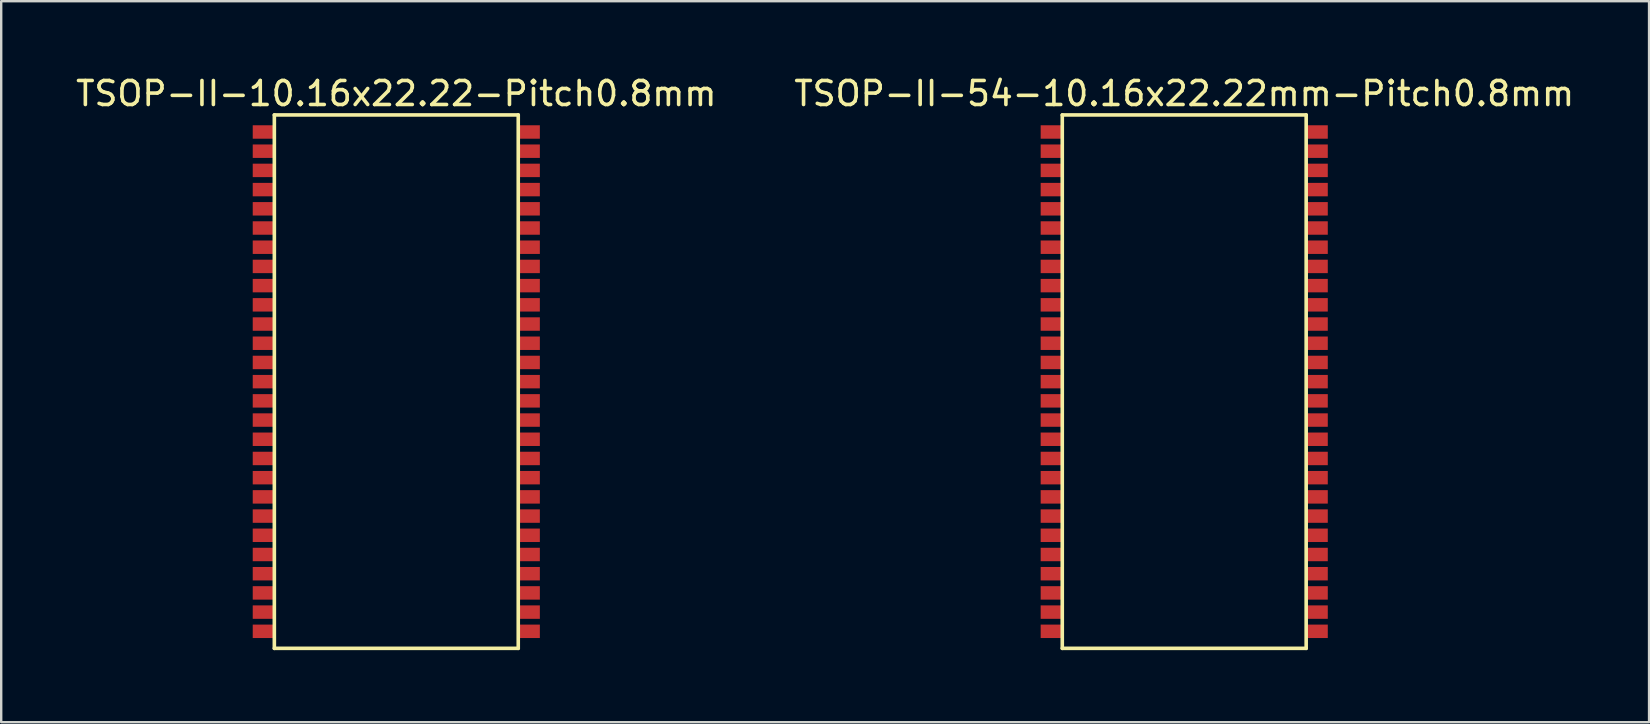
<source format=kicad_pcb>
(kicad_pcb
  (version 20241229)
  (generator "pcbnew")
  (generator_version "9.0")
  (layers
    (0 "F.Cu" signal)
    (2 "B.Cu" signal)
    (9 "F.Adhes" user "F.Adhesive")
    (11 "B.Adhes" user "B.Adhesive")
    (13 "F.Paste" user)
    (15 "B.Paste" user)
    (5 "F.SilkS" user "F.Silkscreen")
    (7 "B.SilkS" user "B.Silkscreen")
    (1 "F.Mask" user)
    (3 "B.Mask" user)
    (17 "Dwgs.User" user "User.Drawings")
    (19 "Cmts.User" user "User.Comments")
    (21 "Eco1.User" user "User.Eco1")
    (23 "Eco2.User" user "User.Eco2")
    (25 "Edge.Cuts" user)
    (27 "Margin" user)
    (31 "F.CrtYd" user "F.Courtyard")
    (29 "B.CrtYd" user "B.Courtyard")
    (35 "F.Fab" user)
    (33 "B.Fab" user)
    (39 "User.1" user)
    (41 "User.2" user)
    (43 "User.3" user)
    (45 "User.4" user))
  (footprint "TSOP-II-10.16x22.22-Pitch0.8mm"
    (layer "F.Cu")
    (at 13.458 12.848)
    (property "Reference" "TSOP-II-10.16x22.22-Pitch0.8mm" (at 0 -12 0) (layer "F.SilkS") (effects (font (size 1 1) (thickness 0.15))))
    (attr through_hole)
    (fp_line (start -5.08 -11.11) (end -5.08 11.11) (stroke (width 0.15) (type solid)) (layer "F.SilkS"))
    (fp_line (start -5.08 -11.11) (end 5.08 -11.11) (stroke (width 0.15) (type solid)) (layer "F.SilkS"))
    (fp_line (start 5.08 -11.11) (end 5.08 11.11) (stroke (width 0.15) (type solid)) (layer "F.SilkS"))
    (fp_line (start 5.08 11.11) (end -5.08 11.11) (stroke (width 0.15) (type solid)) (layer "F.SilkS"))
    (pad "1" smd rect (at -5.53 -10.4) (size 0.9 0.56) (layers "F.Cu" "F.Mask" "F.Paste"))
    (pad "2" smd rect (at -5.53 -9.6) (size 0.9 0.56) (layers "F.Cu" "F.Mask" "F.Paste"))
    (pad "3" smd rect (at -5.53 -8.8) (size 0.9 0.56) (layers "F.Cu" "F.Mask" "F.Paste"))
    (pad "4" smd rect (at -5.53 -8) (size 0.9 0.56) (layers "F.Cu" "F.Mask" "F.Paste"))
    (pad "5" smd rect (at -5.53 -7.2) (size 0.9 0.56) (layers "F.Cu" "F.Mask" "F.Paste"))
    (pad "6" smd rect (at -5.53 -6.4) (size 0.9 0.56) (layers "F.Cu" "F.Mask" "F.Paste"))
    (pad "7" smd rect (at -5.53 -5.6) (size 0.9 0.56) (layers "F.Cu" "F.Mask" "F.Paste"))
    (pad "8" smd rect (at -5.53 -4.8) (size 0.9 0.56) (layers "F.Cu" "F.Mask" "F.Paste"))
    (pad "9" smd rect (at -5.53 -4) (size 0.9 0.56) (layers "F.Cu" "F.Mask" "F.Paste"))
    (pad "10" smd rect (at -5.53 -3.2) (size 0.9 0.56) (layers "F.Cu" "F.Mask" "F.Paste"))
    (pad "11" smd rect (at -5.53 -2.4) (size 0.9 0.56) (layers "F.Cu" "F.Mask" "F.Paste"))
    (pad "12" smd rect (at -5.53 -1.6) (size 0.9 0.56) (layers "F.Cu" "F.Mask" "F.Paste"))
    (pad "13" smd rect (at -5.53 -0.8) (size 0.9 0.56) (layers "F.Cu" "F.Mask" "F.Paste"))
    (pad "14" smd rect (at -5.53 0) (size 0.9 0.56) (layers "F.Cu" "F.Mask" "F.Paste"))
    (pad "15" smd rect (at -5.53 0.8) (size 0.9 0.56) (layers "F.Cu" "F.Mask" "F.Paste"))
    (pad "16" smd rect (at -5.53 1.6) (size 0.9 0.56) (layers "F.Cu" "F.Mask" "F.Paste"))
    (pad "17" smd rect (at -5.53 2.4) (size 0.9 0.56) (layers "F.Cu" "F.Mask" "F.Paste"))
    (pad "18" smd rect (at -5.53 3.2) (size 0.9 0.56) (layers "F.Cu" "F.Mask" "F.Paste"))
    (pad "19" smd rect (at -5.53 4) (size 0.9 0.56) (layers "F.Cu" "F.Mask" "F.Paste"))
    (pad "20" smd rect (at -5.53 4.8) (size 0.9 0.56) (layers "F.Cu" "F.Mask" "F.Paste"))
    (pad "21" smd rect (at -5.53 5.6) (size 0.9 0.56) (layers "F.Cu" "F.Mask" "F.Paste"))
    (pad "22" smd rect (at -5.53 6.4) (size 0.9 0.56) (layers "F.Cu" "F.Mask" "F.Paste"))
    (pad "23" smd rect (at -5.53 7.2) (size 0.9 0.56) (layers "F.Cu" "F.Mask" "F.Paste"))
    (pad "24" smd rect (at -5.53 8) (size 0.9 0.56) (layers "F.Cu" "F.Mask" "F.Paste"))
    (pad "25" smd rect (at -5.53 8.8) (size 0.9 0.56) (layers "F.Cu" "F.Mask" "F.Paste"))
    (pad "26" smd rect (at -5.53 9.6) (size 0.9 0.56) (layers "F.Cu" "F.Mask" "F.Paste"))
    (pad "27" smd rect (at -5.53 10.4) (size 0.9 0.56) (layers "F.Cu" "F.Mask" "F.Paste"))
    (pad "28" smd rect (at 5.53 10.4) (size 0.9 0.56) (layers "F.Cu" "F.Mask" "F.Paste"))
    (pad "29" smd rect (at 5.53 9.6) (size 0.9 0.56) (layers "F.Cu" "F.Mask" "F.Paste"))
    (pad "30" smd rect (at 5.53 8.8) (size 0.9 0.56) (layers "F.Cu" "F.Mask" "F.Paste"))
    (pad "31" smd rect (at 5.53 8) (size 0.9 0.56) (layers "F.Cu" "F.Mask" "F.Paste"))
    (pad "32" smd rect (at 5.53 7.2) (size 0.9 0.56) (layers "F.Cu" "F.Mask" "F.Paste"))
    (pad "33" smd rect (at 5.53 6.4) (size 0.9 0.56) (layers "F.Cu" "F.Mask" "F.Paste"))
    (pad "34" smd rect (at 5.53 5.6) (size 0.9 0.56) (layers "F.Cu" "F.Mask" "F.Paste"))
    (pad "35" smd rect (at 5.53 4.8) (size 0.9 0.56) (layers "F.Cu" "F.Mask" "F.Paste"))
    (pad "36" smd rect (at 5.53 4) (size 0.9 0.56) (layers "F.Cu" "F.Mask" "F.Paste"))
    (pad "37" smd rect (at 5.53 3.2) (size 0.9 0.56) (layers "F.Cu" "F.Mask" "F.Paste"))
    (pad "38" smd rect (at 5.53 2.4) (size 0.9 0.56) (layers "F.Cu" "F.Mask" "F.Paste"))
    (pad "39" smd rect (at 5.53 1.6) (size 0.9 0.56) (layers "F.Cu" "F.Mask" "F.Paste"))
    (pad "40" smd rect (at 5.53 0.8) (size 0.9 0.56) (layers "F.Cu" "F.Mask" "F.Paste"))
    (pad "41" smd rect (at 5.53 0) (size 0.9 0.56) (layers "F.Cu" "F.Mask" "F.Paste"))
    (pad "42" smd rect (at 5.53 -0.8) (size 0.9 0.56) (layers "F.Cu" "F.Mask" "F.Paste"))
    (pad "43" smd rect (at 5.53 -1.6) (size 0.9 0.56) (layers "F.Cu" "F.Mask" "F.Paste"))
    (pad "44" smd rect (at 5.53 -2.4) (size 0.9 0.56) (layers "F.Cu" "F.Mask" "F.Paste"))
    (pad "45" smd rect (at 5.53 -3.2) (size 0.9 0.56) (layers "F.Cu" "F.Mask" "F.Paste"))
    (pad "46" smd rect (at 5.53 -4) (size 0.9 0.56) (layers "F.Cu" "F.Mask" "F.Paste"))
    (pad "47" smd rect (at 5.53 -4.8) (size 0.9 0.56) (layers "F.Cu" "F.Mask" "F.Paste"))
    (pad "48" smd rect (at 5.53 -5.6) (size 0.9 0.56) (layers "F.Cu" "F.Mask" "F.Paste"))
    (pad "49" smd rect (at 5.53 -6.4) (size 0.9 0.56) (layers "F.Cu" "F.Mask" "F.Paste"))
    (pad "50" smd rect (at 5.53 -7.2) (size 0.9 0.56) (layers "F.Cu" "F.Mask" "F.Paste"))
    (pad "51" smd rect (at 5.53 -8) (size 0.9 0.56) (layers "F.Cu" "F.Mask" "F.Paste"))
    (pad "52" smd rect (at 5.53 -8.8) (size 0.9 0.56) (layers "F.Cu" "F.Mask" "F.Paste"))
    (pad "53" smd rect (at 5.53 -9.6) (size 0.9 0.56) (layers "F.Cu" "F.Mask" "F.Paste"))
    (pad "54" smd rect (at 5.53 -10.4) (size 0.9 0.56) (layers "F.Cu" "F.Mask" "F.Paste")))
  (footprint "TSOP-II-54-10.16x22.22mm-Pitch0.8mm"
    (layer "F.Cu")
    (at 46.28 12.848)
    (property "Reference" "TSOP-II-54-10.16x22.22mm-Pitch0.8mm" (at 0 -12 0) (layer "F.SilkS") (effects (font (size 1 1) (thickness 0.15))))
    (attr through_hole)
    (fp_line (start -5.08 -11.11) (end -5.08 11.11) (stroke (width 0.15) (type solid)) (layer "F.SilkS"))
    (fp_line (start -5.08 -11.11) (end 5.08 -11.11) (stroke (width 0.15) (type solid)) (layer "F.SilkS"))
    (fp_line (start 5.08 -11.11) (end 5.08 11.11) (stroke (width 0.15) (type solid)) (layer "F.SilkS"))
    (fp_line (start 5.08 11.11) (end -5.08 11.11) (stroke (width 0.15) (type solid)) (layer "F.SilkS"))
    (pad "1" smd rect (at -5.53 -10.4) (size 0.9 0.56) (layers "F.Cu" "F.Mask" "F.Paste"))
    (pad "2" smd rect (at -5.53 -9.6) (size 0.9 0.56) (layers "F.Cu" "F.Mask" "F.Paste"))
    (pad "3" smd rect (at -5.53 -8.8) (size 0.9 0.56) (layers "F.Cu" "F.Mask" "F.Paste"))
    (pad "4" smd rect (at -5.53 -8) (size 0.9 0.56) (layers "F.Cu" "F.Mask" "F.Paste"))
    (pad "5" smd rect (at -5.53 -7.2) (size 0.9 0.56) (layers "F.Cu" "F.Mask" "F.Paste"))
    (pad "6" smd rect (at -5.53 -6.4) (size 0.9 0.56) (layers "F.Cu" "F.Mask" "F.Paste"))
    (pad "7" smd rect (at -5.53 -5.6) (size 0.9 0.56) (layers "F.Cu" "F.Mask" "F.Paste"))
    (pad "8" smd rect (at -5.53 -4.8) (size 0.9 0.56) (layers "F.Cu" "F.Mask" "F.Paste"))
    (pad "9" smd rect (at -5.53 -4) (size 0.9 0.56) (layers "F.Cu" "F.Mask" "F.Paste"))
    (pad "10" smd rect (at -5.53 -3.2) (size 0.9 0.56) (layers "F.Cu" "F.Mask" "F.Paste"))
    (pad "11" smd rect (at -5.53 -2.4) (size 0.9 0.56) (layers "F.Cu" "F.Mask" "F.Paste"))
    (pad "12" smd rect (at -5.53 -1.6) (size 0.9 0.56) (layers "F.Cu" "F.Mask" "F.Paste"))
    (pad "13" smd rect (at -5.53 -0.8) (size 0.9 0.56) (layers "F.Cu" "F.Mask" "F.Paste"))
    (pad "14" smd rect (at -5.53 0) (size 0.9 0.56) (layers "F.Cu" "F.Mask" "F.Paste"))
    (pad "15" smd rect (at -5.53 0.8) (size 0.9 0.56) (layers "F.Cu" "F.Mask" "F.Paste"))
    (pad "16" smd rect (at -5.53 1.6) (size 0.9 0.56) (layers "F.Cu" "F.Mask" "F.Paste"))
    (pad "17" smd rect (at -5.53 2.4) (size 0.9 0.56) (layers "F.Cu" "F.Mask" "F.Paste"))
    (pad "18" smd rect (at -5.53 3.2) (size 0.9 0.56) (layers "F.Cu" "F.Mask" "F.Paste"))
    (pad "19" smd rect (at -5.53 4) (size 0.9 0.56) (layers "F.Cu" "F.Mask" "F.Paste"))
    (pad "20" smd rect (at -5.53 4.8) (size 0.9 0.56) (layers "F.Cu" "F.Mask" "F.Paste"))
    (pad "21" smd rect (at -5.53 5.6) (size 0.9 0.56) (layers "F.Cu" "F.Mask" "F.Paste"))
    (pad "22" smd rect (at -5.53 6.4) (size 0.9 0.56) (layers "F.Cu" "F.Mask" "F.Paste"))
    (pad "23" smd rect (at -5.53 7.2) (size 0.9 0.56) (layers "F.Cu" "F.Mask" "F.Paste"))
    (pad "24" smd rect (at -5.53 8) (size 0.9 0.56) (layers "F.Cu" "F.Mask" "F.Paste"))
    (pad "25" smd rect (at -5.53 8.8) (size 0.9 0.56) (layers "F.Cu" "F.Mask" "F.Paste"))
    (pad "26" smd rect (at -5.53 9.6) (size 0.9 0.56) (layers "F.Cu" "F.Mask" "F.Paste"))
    (pad "27" smd rect (at -5.53 10.4) (size 0.9 0.56) (layers "F.Cu" "F.Mask" "F.Paste"))
    (pad "28" smd rect (at 5.53 10.4) (size 0.9 0.56) (layers "F.Cu" "F.Mask" "F.Paste"))
    (pad "29" smd rect (at 5.53 9.6) (size 0.9 0.56) (layers "F.Cu" "F.Mask" "F.Paste"))
    (pad "30" smd rect (at 5.53 8.8) (size 0.9 0.56) (layers "F.Cu" "F.Mask" "F.Paste"))
    (pad "31" smd rect (at 5.53 8) (size 0.9 0.56) (layers "F.Cu" "F.Mask" "F.Paste"))
    (pad "32" smd rect (at 5.53 7.2) (size 0.9 0.56) (layers "F.Cu" "F.Mask" "F.Paste"))
    (pad "33" smd rect (at 5.53 6.4) (size 0.9 0.56) (layers "F.Cu" "F.Mask" "F.Paste"))
    (pad "34" smd rect (at 5.53 5.6) (size 0.9 0.56) (layers "F.Cu" "F.Mask" "F.Paste"))
    (pad "35" smd rect (at 5.53 4.8) (size 0.9 0.56) (layers "F.Cu" "F.Mask" "F.Paste"))
    (pad "36" smd rect (at 5.53 4) (size 0.9 0.56) (layers "F.Cu" "F.Mask" "F.Paste"))
    (pad "37" smd rect (at 5.53 3.2) (size 0.9 0.56) (layers "F.Cu" "F.Mask" "F.Paste"))
    (pad "38" smd rect (at 5.53 2.4) (size 0.9 0.56) (layers "F.Cu" "F.Mask" "F.Paste"))
    (pad "39" smd rect (at 5.53 1.6) (size 0.9 0.56) (layers "F.Cu" "F.Mask" "F.Paste"))
    (pad "40" smd rect (at 5.53 0.8) (size 0.9 0.56) (layers "F.Cu" "F.Mask" "F.Paste"))
    (pad "41" smd rect (at 5.53 0) (size 0.9 0.56) (layers "F.Cu" "F.Mask" "F.Paste"))
    (pad "42" smd rect (at 5.53 -0.8) (size 0.9 0.56) (layers "F.Cu" "F.Mask" "F.Paste"))
    (pad "43" smd rect (at 5.53 -1.6) (size 0.9 0.56) (layers "F.Cu" "F.Mask" "F.Paste"))
    (pad "44" smd rect (at 5.53 -2.4) (size 0.9 0.56) (layers "F.Cu" "F.Mask" "F.Paste"))
    (pad "45" smd rect (at 5.53 -3.2) (size 0.9 0.56) (layers "F.Cu" "F.Mask" "F.Paste"))
    (pad "46" smd rect (at 5.53 -4) (size 0.9 0.56) (layers "F.Cu" "F.Mask" "F.Paste"))
    (pad "47" smd rect (at 5.53 -4.8) (size 0.9 0.56) (layers "F.Cu" "F.Mask" "F.Paste"))
    (pad "48" smd rect (at 5.53 -5.6) (size 0.9 0.56) (layers "F.Cu" "F.Mask" "F.Paste"))
    (pad "49" smd rect (at 5.53 -6.4) (size 0.9 0.56) (layers "F.Cu" "F.Mask" "F.Paste"))
    (pad "50" smd rect (at 5.53 -7.2) (size 0.9 0.56) (layers "F.Cu" "F.Mask" "F.Paste"))
    (pad "51" smd rect (at 5.53 -8) (size 0.9 0.56) (layers "F.Cu" "F.Mask" "F.Paste"))
    (pad "52" smd rect (at 5.53 -8.8) (size 0.9 0.56) (layers "F.Cu" "F.Mask" "F.Paste"))
    (pad "53" smd rect (at 5.53 -9.6) (size 0.9 0.56) (layers "F.Cu" "F.Mask" "F.Paste"))
    (pad "54" smd rect (at 5.53 -10.4) (size 0.9 0.56) (layers "F.Cu" "F.Mask" "F.Paste")))
  (gr_rect
    (start -3 -3)
    (end 65.643 27.033)
    (stroke (width 0.1) (type default))
    (fill no)
    (layer "Edge.Cuts")))
</source>
